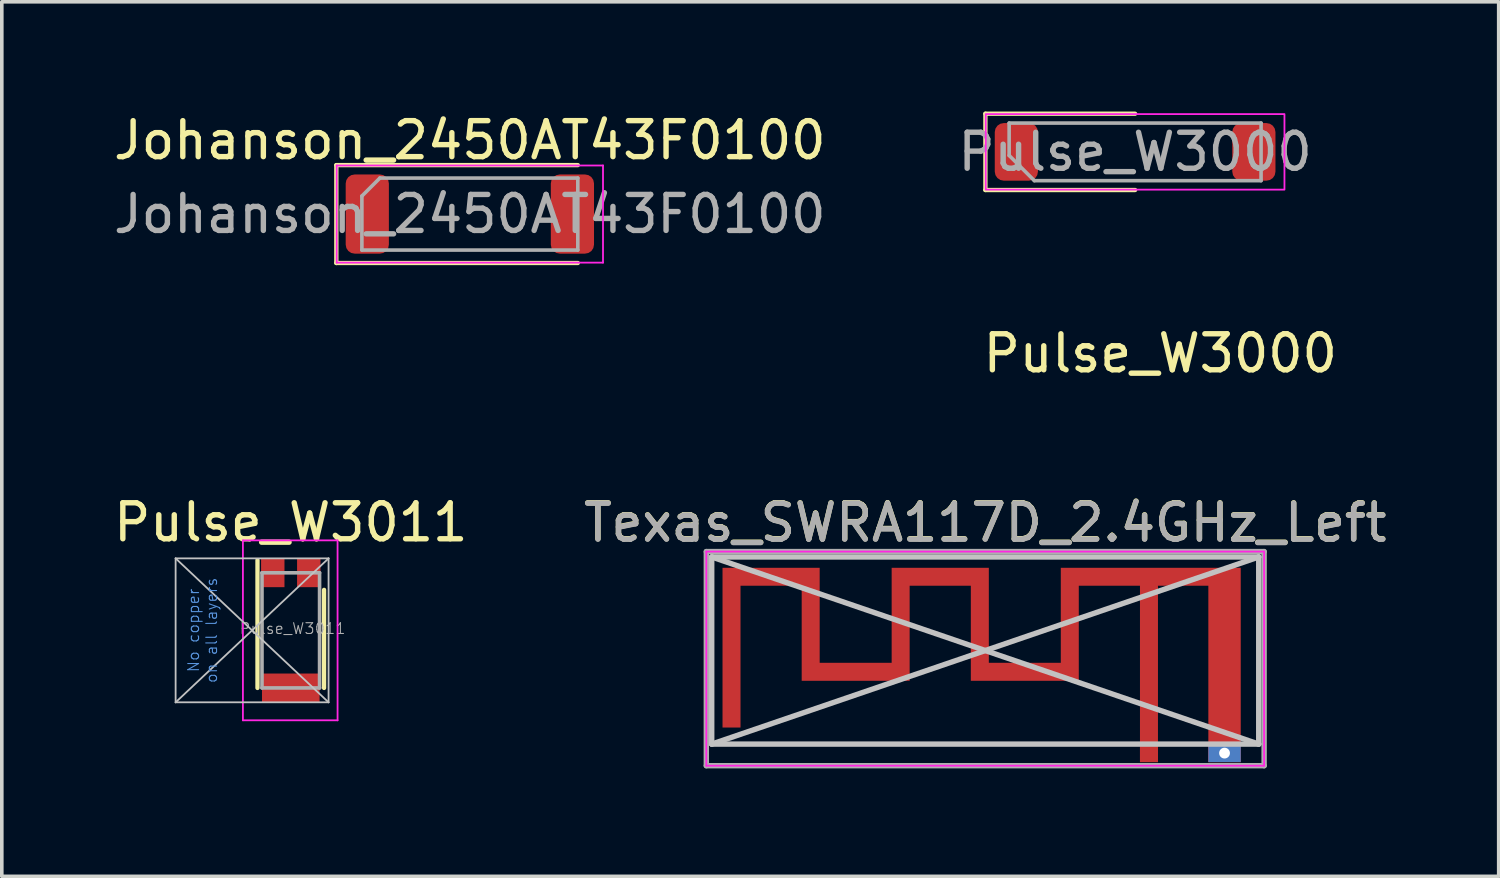
<source format=kicad_pcb>
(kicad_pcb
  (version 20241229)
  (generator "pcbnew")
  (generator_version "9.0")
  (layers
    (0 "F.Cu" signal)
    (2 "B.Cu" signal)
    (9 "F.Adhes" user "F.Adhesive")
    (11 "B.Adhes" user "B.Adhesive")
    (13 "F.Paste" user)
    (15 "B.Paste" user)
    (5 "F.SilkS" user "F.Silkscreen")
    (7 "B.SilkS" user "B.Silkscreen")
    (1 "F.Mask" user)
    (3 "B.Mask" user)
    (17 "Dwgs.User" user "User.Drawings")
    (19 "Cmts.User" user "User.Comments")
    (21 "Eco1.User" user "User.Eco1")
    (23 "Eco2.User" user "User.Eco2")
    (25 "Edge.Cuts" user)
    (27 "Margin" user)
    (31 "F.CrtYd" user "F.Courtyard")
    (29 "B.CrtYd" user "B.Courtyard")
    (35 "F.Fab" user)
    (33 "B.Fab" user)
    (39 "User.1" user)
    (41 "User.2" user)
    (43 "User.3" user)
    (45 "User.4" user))
  (footprint "Pulse_W3011"
    (layer "F.Cu")
    (at 5.03 14.466)
    (property "Reference" "Pulse_W3011" (at 0 -3 0) (layer "F.SilkS") (effects (font (size 1 1) (thickness 0.15))))
    (attr smd)
    (fp_line (start -0.925 1.6) (end -0.925 -1.95) (stroke (width 0.12) (type solid)) (layer "F.SilkS"))
    (fp_line (start 0.925 1.6) (end 0.925 -1.125) (stroke (width 0.12) (type solid)) (layer "F.SilkS"))
    (fp_line (start -3.2 -2) (end -3.2 2) (stroke (width 0.05) (type solid)) (layer "Dwgs.User"))
    (fp_line (start -3.2 -2) (end 1.05 2) (stroke (width 0.05) (type solid)) (layer "Dwgs.User"))
    (fp_line (start -3.2 2) (end 1.05 2) (stroke (width 0.05) (type solid)) (layer "Dwgs.User"))
    (fp_line (start 1.05 -2) (end -3.2 -2) (stroke (width 0.05) (type solid)) (layer "Dwgs.User"))
    (fp_line (start 1.05 -2) (end -3.2 2) (stroke (width 0.05) (type solid)) (layer "Dwgs.User"))
    (fp_line (start 1.05 2) (end 1.05 -2) (stroke (width 0.05) (type solid)) (layer "Dwgs.User"))
    (fp_line (start -1.33 -2.5) (end -1.33 2.5) (stroke (width 0.05) (type solid)) (layer "F.CrtYd"))
    (fp_line (start -1.33 -2.5) (end 1.3 -2.5) (stroke (width 0.05) (type solid)) (layer "F.CrtYd"))
    (fp_line (start -1.33 2.5) (end 1.3 2.5) (stroke (width 0.05) (type solid)) (layer "F.CrtYd"))
    (fp_line (start 1.3 -2.5) (end 1.3 2.5) (stroke (width 0.05) (type solid)) (layer "F.CrtYd"))
    (fp_line (start -0.8 -1.6) (end 0.8 -1.6) (stroke (width 0.1) (type solid)) (layer "F.Fab"))
    (fp_line (start -0.8 1.6) (end -0.8 -1.6) (stroke (width 0.1) (type solid)) (layer "F.Fab"))
    (fp_line (start -0.8 1.6) (end 0.8 1.6) (stroke (width 0.1) (type solid)) (layer "F.Fab"))
    (fp_line (start 0.8 1.6) (end 0.8 -1.6) (stroke (width 0.1) (type solid)) (layer "F.Fab"))
    (fp_text user "No copper" (at -2.7 0 90) (layer "Cmts.User") (effects (font (size 0.3 0.3) (thickness 0.03))))
    (fp_text user "on all layers" (at -2.2 0 90) (layer "Cmts.User") (effects (font (size 0.3 0.3) (thickness 0.03))))
    (fp_text user "${REFERENCE}" (at 0.05 -0.05 0) (layer "F.Fab") (effects (font (size 0.3 0.3) (thickness 0.03))))
    (pad "1" smd trapezoid (at -0.5 -1.6 90) (size 0.8 0.65) (layers "F.Cu" "F.Mask" "F.Paste"))
    (pad "2" smd trapezoid (at 0 1.6 90) (size 0.8 1.6) (layers "F.Cu" "F.Mask" "F.Paste"))
    (pad "2" smd trapezoid (at 0.5 -1.6 90) (size 0.8 0.65) (layers "F.Cu" "F.Mask" "F.Paste")))
  (footprint "Pulse_W3000"
    (layer "F.Cu")
    (at 28.492 1.17)
    (property "Reference" "Pulse_W3000" (at 0.7 5.6 0) (unlocked yes) (layer "F.SilkS") (effects (font (size 1 1) (thickness 0.15))))
    (attr smd)
    (fp_line (start -4.16 -1.06) (end 0 -1.06) (stroke (width 0.12) (type default)) (layer "F.SilkS"))
    (fp_line (start -4.16 1.06) (end -4.16 -1.06) (stroke (width 0.12) (type default)) (layer "F.SilkS"))
    (fp_line (start -4.16 1.06) (end 0 1.06) (stroke (width 0.12) (type default)) (layer "F.SilkS"))
    (fp_rect (start 4.15 1.05) (end -4.15 -1.05) (stroke (width 0.05) (type default)) (fill no) (layer "F.CrtYd"))
    (fp_line (start -3.5 -0.8) (end 3.5 -0.8) (stroke (width 0.1) (type default)) (layer "F.Fab"))
    (fp_line (start -3.5 0.1) (end -3.5 -0.8) (stroke (width 0.1) (type default)) (layer "F.Fab"))
    (fp_line (start -3.5 0.1) (end -2.8 0.8) (stroke (width 0.1) (type default)) (layer "F.Fab"))
    (fp_line (start -2.8 0.8) (end 3.5 0.8) (stroke (width 0.1) (type default)) (layer "F.Fab"))
    (fp_line (start 3.5 -0.8) (end 3.5 0.8) (stroke (width 0.1) (type default)) (layer "F.Fab"))
    (fp_text user "${REFERENCE}" (at 0 0 0) (layer "F.Fab") (effects (font (size 1 1) (thickness 0.15))))
    (pad "1" smd roundrect (at -3.3 0) (size 1.2 1.6) (layers "F.Cu" "F.Mask" "F.Paste") (roundrect_rratio 0.208))
    (pad "2" smd roundrect (at 3.3 0) (size 1.2 1.6) (layers "F.Cu" "F.Mask" "F.Paste") (roundrect_rratio 0.208))
    (zone (net_name "") (layer "F.Cu") (name "Impedance tuning area") (hatch edge 0.5) (connect_pads) (min_thickness 0.25) (filled_areas_thickness no) (keepout (tracks allowed) (vias not_allowed) (pads allowed) (copperpour allowed) (footprints allowed)) (placement (enabled no)) (fill) (polygon (pts (xy 25.542 6) (xy 25.542 2.12) (xy 24.802 2.12) (xy 24.802 6))))
    (zone (net_name "") (layer "F.Cu") (name "F.Cu GND Clearance") (hatch edge 0.5) (connect_pads) (min_thickness 0.25) (filled_areas_thickness no) (keepout (tracks not_allowed) (vias not_allowed) (pads not_allowed) (copperpour not_allowed) (footprints allowed)) (placement (enabled no)) (fill) (polygon (pts (xy 25.842 0.32) (xy 24.542 0.32) (xy 24.542 0) (xy 25.842 0))))
    (zone (net_name "") (layer "F.Cu") (name "Inductor Zone") (hatch edge 0.5) (connect_pads) (min_thickness 0.25) (filled_areas_thickness no) (keepout (tracks allowed) (vias not_allowed) (pads allowed) (copperpour allowed) (footprints allowed)) (placement (enabled no)) (fill) (polygon (pts (xy 26.861 6) (xy 25.892 6) (xy 25.892 5.31) (xy 26.861 5.31))))
    (zone (net_name "") (layer "F.Cu") (name "F.Cu GND Clearance") (hatch edge 0.5) (connect_pads) (min_thickness 0.25) (filled_areas_thickness no) (keepout (tracks not_allowed) (vias not_allowed) (pads not_allowed) (copperpour not_allowed) (footprints allowed)) (placement (enabled no)) (fill) (polygon (pts (xy 32.442 0.32) (xy 31.142 0.32) (xy 31.142 0) (xy 32.442 0))))
    (zone (net_name "") (layer "F.Cu") (name "F.Cu GND Clearance Left") (hatch edge 0.5) (connect_pads) (min_thickness 0.25) (filled_areas_thickness no) (keepout (tracks not_allowed) (vias not_allowed) (pads not_allowed) (copperpour not_allowed) (footprints allowed)) (placement (enabled no)) (fill) (polygon (pts (xy 23.012 0) (xy 24.542 0) (xy 24.542 2.02) (xy 24.752 2.02) (xy 24.752 6) (xy 23.012 6))))
    (zone (net_name "") (layer "F.Cu") (name "F.Cu GND Clearance Right") (hatch edge 0.5) (connect_pads) (min_thickness 0.25) (filled_areas_thickness no) (keepout (tracks not_allowed) (vias not_allowed) (pads not_allowed) (copperpour not_allowed) (footprints allowed)) (placement (enabled no)) (fill) (polygon (pts (xy 25.842 0) (xy 25.842 2.02) (xy 25.592 2.02) (xy 25.592 6) (xy 25.842 6) (xy 25.842 5.26) (xy 26.911 5.26) (xy 26.911 6) (xy 33.972 6.01) (xy 33.972 0) (xy 32.442 0) (xy 32.442 2.02) (xy 31.142 2.02) (xy 31.142 0))))
    (zone (net_name "") (layers "B.Cu" "F.CrtYd") (hatch edge 0.5) (connect_pads) (min_thickness 0.25) (filled_areas_thickness no) (keepout (tracks not_allowed) (vias not_allowed) (pads not_allowed) (copperpour not_allowed) (footprints allowed)) (placement (enabled no)) (fill) (polygon (pts (xy 33.972 6) (xy 23.012 6) (xy 23.012 0) (xy 23.812 0) (xy 24.612 0) (xy 33.972 0)))))
  (footprint "Texas_SWRA117D_2.4GHz_Left"
    (layer "F.Cu")
    (at 28.877 17.877)
    (property "Reference" "Texas_SWRA117D_2.4GHz_Left" (at -4.55 -6.41 0) (layer "F.SilkS") (effects (font (size 1 1) (thickness 0.15))))
    (attr exclude_from_pos_files exclude_from_bom)
    (fp_poly (pts (xy -2.45 -2.51) (xy -4.45 -2.51) (xy -4.45 -5.15) (xy -7.15 -5.15) (xy -7.15 -2.51) (xy -9.15 -2.51) (xy -9.15 -5.15) (xy -11.85 -5.15) (xy -11.85 -0.71) (xy -11.35 -0.71) (xy -11.35 -4.65) (xy -9.65 -4.65) (xy -9.65 -2.01) (xy -6.65 -2.01) (xy -6.65 -4.65) (xy -4.95 -4.65) (xy -4.95 -2.01) (xy -1.95 -2.01) (xy -1.95 -4.65) (xy -0.25 -4.65) (xy -0.25 0.25) (xy 0.25 0.25) (xy 0.25 -4.65) (xy 1.65 -4.65) (xy 1.65 0.25) (xy 2.55 0.25) (xy 2.55 0.007) (xy 2.248 0.007) (xy 2.238 0.054) (xy 2.214 0.097) (xy 2.176 0.13) (xy 2.168 0.134) (xy 2.125 0.146) (xy 2.077 0.145) (xy 2.031 0.132) (xy 2.013 0.122) (xy 1.979 0.087) (xy 1.958 0.041) (xy 1.952 -0.008) (xy 1.96 -0.056) (xy 1.977 -0.089) (xy 2.012 -0.121) (xy 2.058 -0.141) (xy 2.107 -0.148) (xy 2.155 -0.14) (xy 2.188 -0.123) (xy 2.223 -0.086) (xy 2.243 -0.042) (xy 2.248 0.007) (xy 2.55 0.007) (xy 2.55 -5.15) (xy -2.45 -5.15) (xy -2.45 -2.51)) (stroke (width 0) (type solid)) (fill yes) (layer "F.Cu"))
    (fp_line (start -12.15 -0.25) (end -12.15 -5.45) (stroke (width 0.15) (type solid)) (layer "Dwgs.User"))
    (fp_line (start 3.05 -5.45) (end -12.15 -5.45) (stroke (width 0.15) (type solid)) (layer "Dwgs.User"))
    (fp_line (start 3.05 -5.45) (end -12.15 -0.25) (stroke (width 0.15) (type solid)) (layer "Dwgs.User"))
    (fp_line (start 3.05 -0.25) (end -12.15 -5.45) (stroke (width 0.15) (type solid)) (layer "Dwgs.User"))
    (fp_line (start 3.05 -0.25) (end -12.15 -0.25) (stroke (width 0.15) (type solid)) (layer "Dwgs.User"))
    (fp_line (start 3.05 -0.25) (end 3.05 -5.45) (stroke (width 0.15) (type solid)) (layer "Dwgs.User"))
    (fp_line (start -12.3 -5.6) (end -12.3 0.35) (stroke (width 0.05) (type solid)) (layer "F.CrtYd"))
    (fp_line (start -12.3 0.35) (end 3.2 0.35) (stroke (width 0.05) (type solid)) (layer "F.CrtYd"))
    (fp_line (start 3.2 -5.6) (end -12.3 -5.6) (stroke (width 0.05) (type solid)) (layer "F.CrtYd"))
    (fp_line (start 3.2 0.35) (end 3.2 -5.6) (stroke (width 0.05) (type solid)) (layer "F.CrtYd"))
    (fp_line (start -12.3 -5.6) (end -12.3 0.35) (stroke (width 0.15) (type solid)) (layer "F.Fab"))
    (fp_line (start -12.3 0.35) (end 3.2 0.35) (stroke (width 0.15) (type solid)) (layer "F.Fab"))
    (fp_line (start 3.2 -5.6) (end -12.3 -5.6) (stroke (width 0.15) (type solid)) (layer "F.Fab"))
    (fp_line (start 3.2 0.35) (end 3.2 -5.6) (stroke (width 0.15) (type solid)) (layer "F.Fab"))
    (fp_text user "${REFERENCE}" (at -4.55 -6.4 0) (layer "F.Fab") (effects (font (size 1 1) (thickness 0.15))))
    (pad "1" connect rect (at 0 0) (size 0.5 0.5) (layers "F.Cu"))
    (pad "2" thru_hole rect (at 2.1 0) (size 0.9 0.5) (drill 0.3) (layers "*.Cu")))
  (footprint "Johanson_2450AT43F0100"
    (layer "F.Cu")
    (at 10.006 2.898)
    (property "Reference" "Johanson_2450AT43F0100" (at 0 -2.05 0) (layer "F.SilkS") (effects (font (size 1 1) (thickness 0.15))))
    (attr smd)
    (fp_line (start -3.71 -1.36) (end -3.71 1.36) (stroke (width 0.12) (type solid)) (layer "F.SilkS"))
    (fp_line (start -3.71 1.36) (end 3 1.36) (stroke (width 0.12) (type solid)) (layer "F.SilkS"))
    (fp_line (start 3 -1.36) (end -3.71 -1.36) (stroke (width 0.12) (type solid)) (layer "F.SilkS"))
    (fp_line (start -3.7 -1.35) (end 3.7 -1.35) (stroke (width 0.05) (type solid)) (layer "F.CrtYd"))
    (fp_line (start -3.7 1.35) (end -3.7 -1.35) (stroke (width 0.05) (type solid)) (layer "F.CrtYd"))
    (fp_line (start 3.7 -1.35) (end 3.7 1.35) (stroke (width 0.05) (type solid)) (layer "F.CrtYd"))
    (fp_line (start 3.7 1.35) (end -3.7 1.35) (stroke (width 0.05) (type solid)) (layer "F.CrtYd"))
    (fp_line (start -3 -0.5) (end -3 1) (stroke (width 0.1) (type solid)) (layer "F.Fab"))
    (fp_line (start -3 1) (end 3 1) (stroke (width 0.1) (type solid)) (layer "F.Fab"))
    (fp_line (start -2.5 -1) (end -3 -0.5) (stroke (width 0.1) (type solid)) (layer "F.Fab"))
    (fp_line (start 3 -1) (end -2.5 -1) (stroke (width 0.1) (type solid)) (layer "F.Fab"))
    (fp_line (start 3 1) (end 3 -1) (stroke (width 0.1) (type solid)) (layer "F.Fab"))
    (fp_text user "${REFERENCE}" (at 0 0 0) (layer "F.Fab") (effects (font (size 1 1) (thickness 0.15))))
    (pad "1" smd roundrect (at -2.85 0) (size 1.2 2.2) (layers "F.Cu" "F.Mask" "F.Paste") (roundrect_rratio 0.208))
    (pad "2" smd roundrect (at 2.85 0) (size 1.2 2.2) (layers "F.Cu" "F.Mask" "F.Paste") (roundrect_rratio 0.208)))
  (gr_rect
    (start -3 -3)
    (end 38.595 21.302)
    (stroke (width 0.1) (type default))
    (fill no)
    (layer "Edge.Cuts")))
</source>
